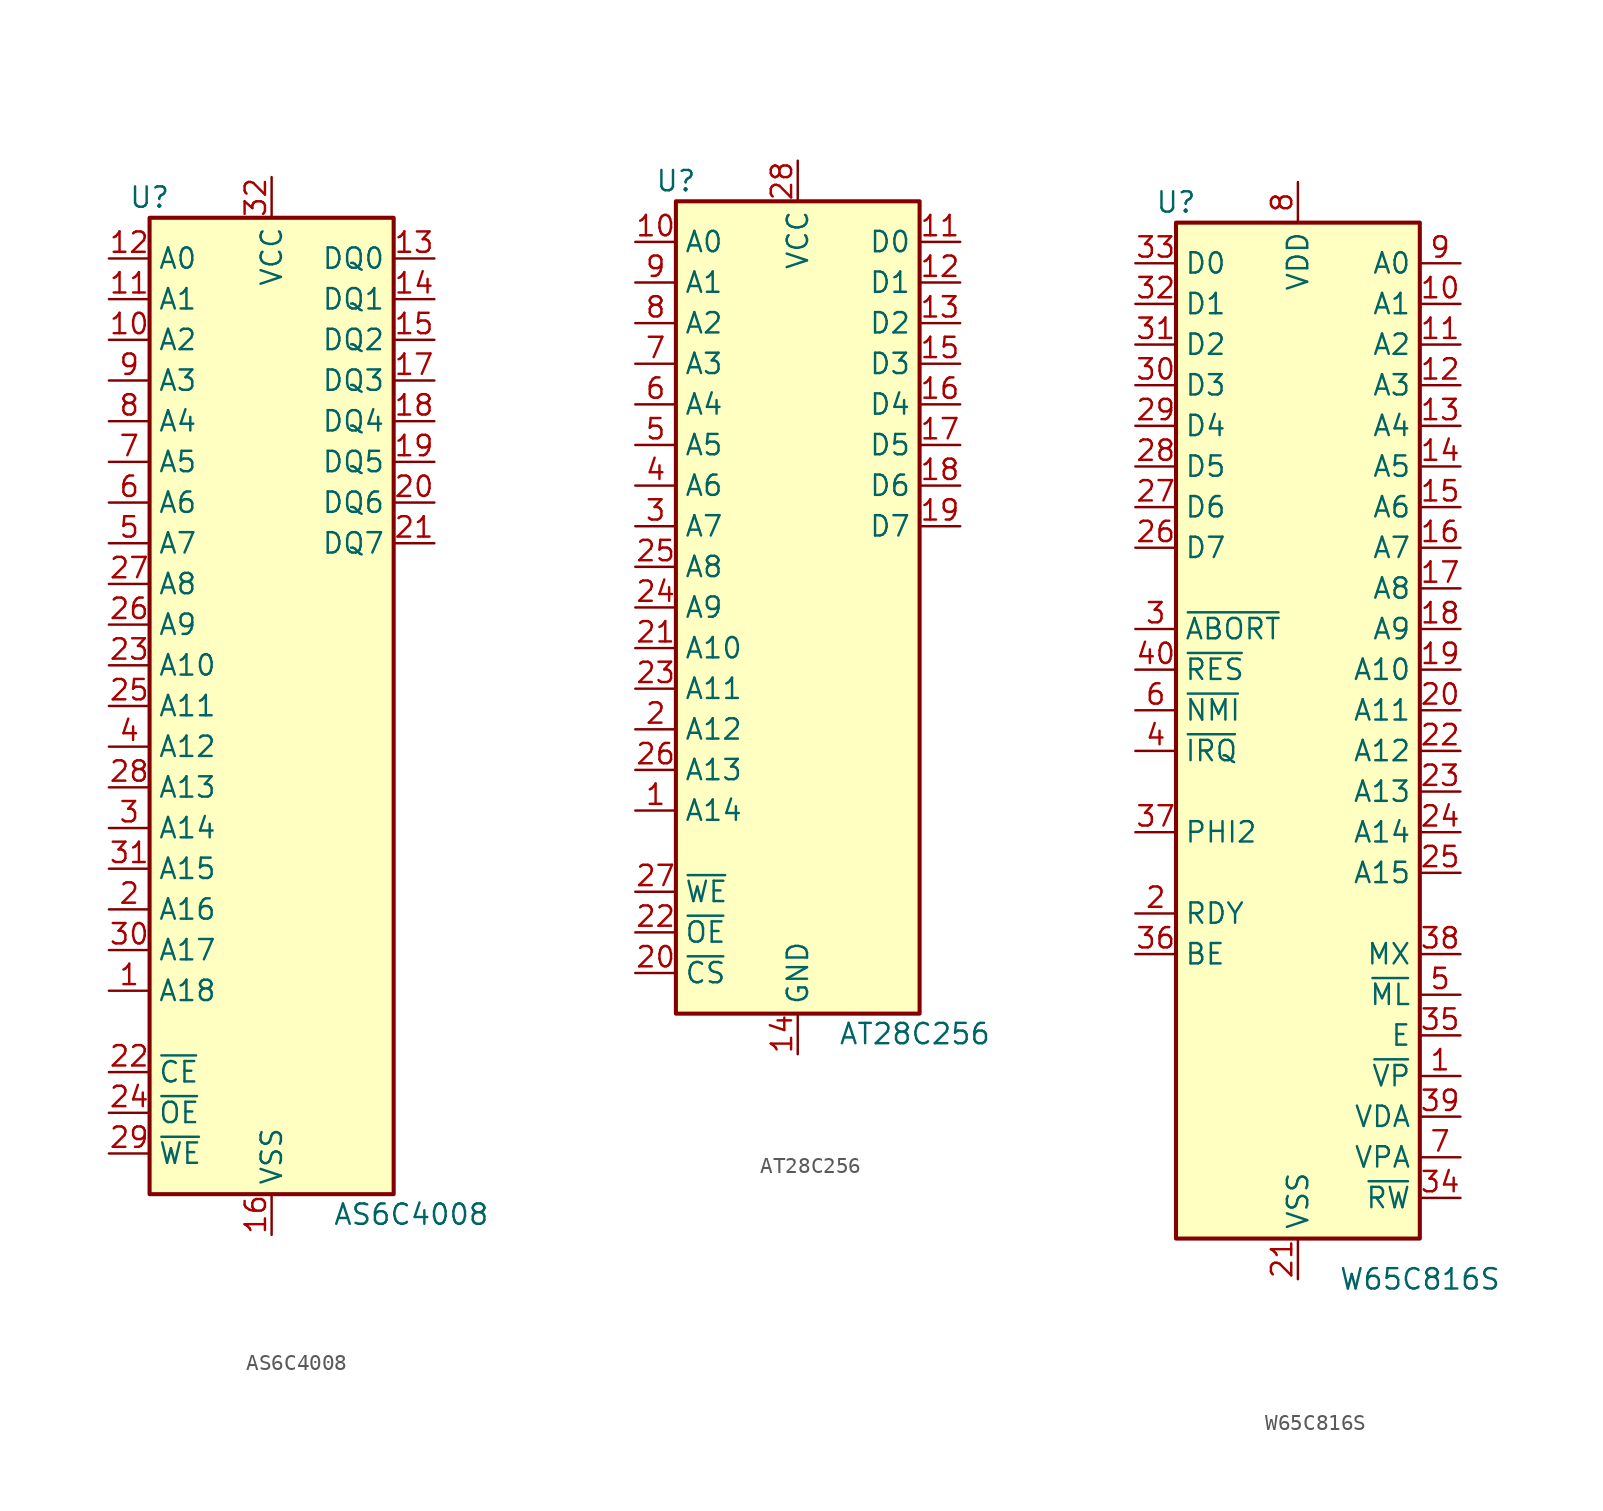
<source format=kicad_sym>
(kicad_symbol_lib
  (version 20211014)
  (generator kicad_symbol_editor)
  (symbol "AS6C4008"
    (property "Reference" "U"
      (at -7.62 26.67 0)
      (effects (font (size 1.27 1.27))))
    (property "Value" "AS6C4008"
      (at 3.81 -36.83 0)
      (effects (font (size 1.27 1.27)) (justify left)))
    (symbol "AS6C4008_0_0"
      (pin input line (at -10.16 -22.86 0) (length 2.54) (name "A18" (effects (font (size 1.27 1.27)))) (number "1" (effects (font (size 1.27 1.27)))))
      (pin input line (at -10.16 -17.78 0) (length 2.54) (name "A16" (effects (font (size 1.27 1.27)))) (number "2" (effects (font (size 1.27 1.27)))))
      (pin input line (at -10.16 -20.32 0) (length 2.54) (name "A17" (effects (font (size 1.27 1.27)))) (number "30" (effects (font (size 1.27 1.27)))))
      (pin input line (at -10.16 -15.24 0) (length 2.54) (name "A15" (effects (font (size 1.27 1.27)))) (number "31" (effects (font (size 1.27 1.27))))))
    (symbol "AS6C4008_0_1"
      (rectangle (start -7.62 25.4) (end 7.62 -35.56) (stroke (width 0.254) (type default) (color 0 0 0 0)) (fill (type background))))
    (symbol "AS6C4008_1_1"
      (pin input line (at -10.16 17.78 0) (length 2.54) (name "A2" (effects (font (size 1.27 1.27)))) (number "10" (effects (font (size 1.27 1.27)))))
      (pin input line (at -10.16 20.32 0) (length 2.54) (name "A1" (effects (font (size 1.27 1.27)))) (number "11" (effects (font (size 1.27 1.27)))))
      (pin input line (at -10.16 22.86 0) (length 2.54) (name "A0" (effects (font (size 1.27 1.27)))) (number "12" (effects (font (size 1.27 1.27)))))
      (pin tri_state line (at 10.16 22.86 180) (length 2.54) (name "DQ0" (effects (font (size 1.27 1.27)))) (number "13" (effects (font (size 1.27 1.27)))))
      (pin tri_state line (at 10.16 20.32 180) (length 2.54) (name "DQ1" (effects (font (size 1.27 1.27)))) (number "14" (effects (font (size 1.27 1.27)))))
      (pin tri_state line (at 10.16 17.78 180) (length 2.54) (name "DQ2" (effects (font (size 1.27 1.27)))) (number "15" (effects (font (size 1.27 1.27)))))
      (pin power_in line (at 0 -38.1 90) (length 2.54) (name "VSS" (effects (font (size 1.27 1.27)))) (number "16" (effects (font (size 1.27 1.27)))))
      (pin tri_state line (at 10.16 15.24 180) (length 2.54) (name "DQ3" (effects (font (size 1.27 1.27)))) (number "17" (effects (font (size 1.27 1.27)))))
      (pin tri_state line (at 10.16 12.7 180) (length 2.54) (name "DQ4" (effects (font (size 1.27 1.27)))) (number "18" (effects (font (size 1.27 1.27)))))
      (pin tri_state line (at 10.16 10.16 180) (length 2.54) (name "DQ5" (effects (font (size 1.27 1.27)))) (number "19" (effects (font (size 1.27 1.27)))))
      (pin tri_state line (at 10.16 7.62 180) (length 2.54) (name "DQ6" (effects (font (size 1.27 1.27)))) (number "20" (effects (font (size 1.27 1.27)))))
      (pin tri_state line (at 10.16 5.08 180) (length 2.54) (name "DQ7" (effects (font (size 1.27 1.27)))) (number "21" (effects (font (size 1.27 1.27)))))
      (pin input line (at -10.16 -27.94 0) (length 2.54) (name "~{CE}" (effects (font (size 1.27 1.27)))) (number "22" (effects (font (size 1.27 1.27)))))
      (pin input line (at -10.16 -2.54 0) (length 2.54) (name "A10" (effects (font (size 1.27 1.27)))) (number "23" (effects (font (size 1.27 1.27)))))
      (pin input line (at -10.16 -30.48 0) (length 2.54) (name "~{OE}" (effects (font (size 1.27 1.27)))) (number "24" (effects (font (size 1.27 1.27)))))
      (pin input line (at -10.16 -5.08 0) (length 2.54) (name "A11" (effects (font (size 1.27 1.27)))) (number "25" (effects (font (size 1.27 1.27)))))
      (pin input line (at -10.16 0 0) (length 2.54) (name "A9" (effects (font (size 1.27 1.27)))) (number "26" (effects (font (size 1.27 1.27)))))
      (pin input line (at -10.16 2.54 0) (length 2.54) (name "A8" (effects (font (size 1.27 1.27)))) (number "27" (effects (font (size 1.27 1.27)))))
      (pin input line (at -10.16 -10.16 0) (length 2.54) (name "A13" (effects (font (size 1.27 1.27)))) (number "28" (effects (font (size 1.27 1.27)))))
      (pin input line (at -10.16 -33.02 0) (length 2.54) (name "~{WE}" (effects (font (size 1.27 1.27)))) (number "29" (effects (font (size 1.27 1.27)))))
      (pin input line (at -10.16 -12.7 0) (length 2.54) (name "A14" (effects (font (size 1.27 1.27)))) (number "3" (effects (font (size 1.27 1.27)))))
      (pin power_in line (at 0 27.94 270) (length 2.54) (name "VCC" (effects (font (size 1.27 1.27)))) (number "32" (effects (font (size 1.27 1.27)))))
      (pin input line (at -10.16 -7.62 0) (length 2.54) (name "A12" (effects (font (size 1.27 1.27)))) (number "4" (effects (font (size 1.27 1.27)))))
      (pin input line (at -10.16 5.08 0) (length 2.54) (name "A7" (effects (font (size 1.27 1.27)))) (number "5" (effects (font (size 1.27 1.27)))))
      (pin input line (at -10.16 7.62 0) (length 2.54) (name "A6" (effects (font (size 1.27 1.27)))) (number "6" (effects (font (size 1.27 1.27)))))
      (pin input line (at -10.16 10.16 0) (length 2.54) (name "A5" (effects (font (size 1.27 1.27)))) (number "7" (effects (font (size 1.27 1.27)))))
      (pin input line (at -10.16 12.7 0) (length 2.54) (name "A4" (effects (font (size 1.27 1.27)))) (number "8" (effects (font (size 1.27 1.27)))))
      (pin input line (at -10.16 15.24 0) (length 2.54) (name "A3" (effects (font (size 1.27 1.27)))) (number "9" (effects (font (size 1.27 1.27)))))))
  (symbol "AT28C256"
    (property "Reference" "U"
      (at -7.62 26.67 0)
      (effects (font (size 1.27 1.27))))
    (property "Value" "AT28C256"
      (at 2.54 -26.67 0)
      (effects (font (size 1.27 1.27)) (justify left)))
    (symbol "AT28C256_1_1"
      (rectangle (start -7.62 25.4) (end 7.62 -25.4) (stroke (width 0.254) (type default) (color 0 0 0 0)) (fill (type background)))
      (pin input line (at -10.16 -12.7 0) (length 2.54) (name "A14" (effects (font (size 1.27 1.27)))) (number "1" (effects (font (size 1.27 1.27)))))
      (pin input line (at -10.16 22.86 0) (length 2.54) (name "A0" (effects (font (size 1.27 1.27)))) (number "10" (effects (font (size 1.27 1.27)))))
      (pin tri_state line (at 10.16 22.86 180) (length 2.54) (name "D0" (effects (font (size 1.27 1.27)))) (number "11" (effects (font (size 1.27 1.27)))))
      (pin tri_state line (at 10.16 20.32 180) (length 2.54) (name "D1" (effects (font (size 1.27 1.27)))) (number "12" (effects (font (size 1.27 1.27)))))
      (pin tri_state line (at 10.16 17.78 180) (length 2.54) (name "D2" (effects (font (size 1.27 1.27)))) (number "13" (effects (font (size 1.27 1.27)))))
      (pin power_in line (at 0 -27.94 90) (length 2.54) (name "GND" (effects (font (size 1.27 1.27)))) (number "14" (effects (font (size 1.27 1.27)))))
      (pin tri_state line (at 10.16 15.24 180) (length 2.54) (name "D3" (effects (font (size 1.27 1.27)))) (number "15" (effects (font (size 1.27 1.27)))))
      (pin tri_state line (at 10.16 12.7 180) (length 2.54) (name "D4" (effects (font (size 1.27 1.27)))) (number "16" (effects (font (size 1.27 1.27)))))
      (pin tri_state line (at 10.16 10.16 180) (length 2.54) (name "D5" (effects (font (size 1.27 1.27)))) (number "17" (effects (font (size 1.27 1.27)))))
      (pin tri_state line (at 10.16 7.62 180) (length 2.54) (name "D6" (effects (font (size 1.27 1.27)))) (number "18" (effects (font (size 1.27 1.27)))))
      (pin tri_state line (at 10.16 5.08 180) (length 2.54) (name "D7" (effects (font (size 1.27 1.27)))) (number "19" (effects (font (size 1.27 1.27)))))
      (pin input line (at -10.16 -7.62 0) (length 2.54) (name "A12" (effects (font (size 1.27 1.27)))) (number "2" (effects (font (size 1.27 1.27)))))
      (pin input line (at -10.16 -22.86 0) (length 2.54) (name "~{CS}" (effects (font (size 1.27 1.27)))) (number "20" (effects (font (size 1.27 1.27)))))
      (pin input line (at -10.16 -2.54 0) (length 2.54) (name "A10" (effects (font (size 1.27 1.27)))) (number "21" (effects (font (size 1.27 1.27)))))
      (pin input line (at -10.16 -20.32 0) (length 2.54) (name "~{OE}" (effects (font (size 1.27 1.27)))) (number "22" (effects (font (size 1.27 1.27)))))
      (pin input line (at -10.16 -5.08 0) (length 2.54) (name "A11" (effects (font (size 1.27 1.27)))) (number "23" (effects (font (size 1.27 1.27)))))
      (pin input line (at -10.16 0 0) (length 2.54) (name "A9" (effects (font (size 1.27 1.27)))) (number "24" (effects (font (size 1.27 1.27)))))
      (pin input line (at -10.16 2.54 0) (length 2.54) (name "A8" (effects (font (size 1.27 1.27)))) (number "25" (effects (font (size 1.27 1.27)))))
      (pin input line (at -10.16 -10.16 0) (length 2.54) (name "A13" (effects (font (size 1.27 1.27)))) (number "26" (effects (font (size 1.27 1.27)))))
      (pin input line (at -10.16 -17.78 0) (length 2.54) (name "~{WE}" (effects (font (size 1.27 1.27)))) (number "27" (effects (font (size 1.27 1.27)))))
      (pin power_in line (at 0 27.94 270) (length 2.54) (name "VCC" (effects (font (size 1.27 1.27)))) (number "28" (effects (font (size 1.27 1.27)))))
      (pin input line (at -10.16 5.08 0) (length 2.54) (name "A7" (effects (font (size 1.27 1.27)))) (number "3" (effects (font (size 1.27 1.27)))))
      (pin input line (at -10.16 7.62 0) (length 2.54) (name "A6" (effects (font (size 1.27 1.27)))) (number "4" (effects (font (size 1.27 1.27)))))
      (pin input line (at -10.16 10.16 0) (length 2.54) (name "A5" (effects (font (size 1.27 1.27)))) (number "5" (effects (font (size 1.27 1.27)))))
      (pin input line (at -10.16 12.7 0) (length 2.54) (name "A4" (effects (font (size 1.27 1.27)))) (number "6" (effects (font (size 1.27 1.27)))))
      (pin input line (at -10.16 15.24 0) (length 2.54) (name "A3" (effects (font (size 1.27 1.27)))) (number "7" (effects (font (size 1.27 1.27)))))
      (pin input line (at -10.16 17.78 0) (length 2.54) (name "A2" (effects (font (size 1.27 1.27)))) (number "8" (effects (font (size 1.27 1.27)))))
      (pin input line (at -10.16 20.32 0) (length 2.54) (name "A1" (effects (font (size 1.27 1.27)))) (number "9" (effects (font (size 1.27 1.27)))))))
  (symbol "W65C816S"
    (property "Reference" "U"
      (at -7.62 31.75 0)
      (effects (font (size 1.27 1.27))))
    (property "Value" "W65C816S"
      (at 2.54 -35.56 0)
      (effects (font (size 1.27 1.27)) (justify left)))
    (symbol "W65C816S_0_0"
      (pin output line (at 10.16 -22.86 180) (length 2.54) (name "~{VP}" (effects (font (size 1.27 1.27)))) (number "1" (effects (font (size 1.27 1.27)))))
      (pin bidirectional line (at -10.16 -12.7 0) (length 2.54) (name "RDY" (effects (font (size 1.27 1.27)))) (number "2" (effects (font (size 1.27 1.27)))))
      (pin output line (at 10.16 -10.16 180) (length 2.54) (name "A15" (effects (font (size 1.27 1.27)))) (number "25" (effects (font (size 1.27 1.27)))))
      (pin input line (at -10.16 5.08 0) (length 2.54) (name "~{ABORT}" (effects (font (size 1.27 1.27)))) (number "3" (effects (font (size 1.27 1.27)))))
      (pin input line (at -10.16 -7.62 0) (length 2.54) (name "PHI2" (effects (font (size 1.27 1.27)))) (number "37" (effects (font (size 1.27 1.27)))))
      (pin output line (at 10.16 -15.24 180) (length 2.54) (name "MX" (effects (font (size 1.27 1.27)))) (number "38" (effects (font (size 1.27 1.27)))))
      (pin output line (at 10.16 -25.4 180) (length 2.54) (name "VDA" (effects (font (size 1.27 1.27)))) (number "39" (effects (font (size 1.27 1.27)))))
      (pin input line (at -10.16 -2.54 0) (length 2.54) (name "~{IRQ}" (effects (font (size 1.27 1.27)))) (number "4" (effects (font (size 1.27 1.27)))))
      (pin input line (at -10.16 2.54 0) (length 2.54) (name "~{RES}" (effects (font (size 1.27 1.27)))) (number "40" (effects (font (size 1.27 1.27)))))
      (pin output line (at 10.16 -17.78 180) (length 2.54) (name "~{ML}" (effects (font (size 1.27 1.27)))) (number "5" (effects (font (size 1.27 1.27)))))
      (pin input line (at -10.16 0 0) (length 2.54) (name "~{NMI}" (effects (font (size 1.27 1.27)))) (number "6" (effects (font (size 1.27 1.27)))))
      (pin output line (at 10.16 -27.94 180) (length 2.54) (name "VPA" (effects (font (size 1.27 1.27)))) (number "7" (effects (font (size 1.27 1.27))))))
    (symbol "W65C816S_0_1"
      (rectangle (start -7.62 30.48) (end 7.62 -33.02) (stroke (width 0.254) (type default) (color 0 0 0 0)) (fill (type background))))
    (symbol "W65C816S_1_1"
      (pin output line (at 10.16 25.4 180) (length 2.54) (name "A1" (effects (font (size 1.27 1.27)))) (number "10" (effects (font (size 1.27 1.27)))))
      (pin output line (at 10.16 22.86 180) (length 2.54) (name "A2" (effects (font (size 1.27 1.27)))) (number "11" (effects (font (size 1.27 1.27)))))
      (pin output line (at 10.16 20.32 180) (length 2.54) (name "A3" (effects (font (size 1.27 1.27)))) (number "12" (effects (font (size 1.27 1.27)))))
      (pin output line (at 10.16 17.78 180) (length 2.54) (name "A4" (effects (font (size 1.27 1.27)))) (number "13" (effects (font (size 1.27 1.27)))))
      (pin output line (at 10.16 15.24 180) (length 2.54) (name "A5" (effects (font (size 1.27 1.27)))) (number "14" (effects (font (size 1.27 1.27)))))
      (pin output line (at 10.16 12.7 180) (length 2.54) (name "A6" (effects (font (size 1.27 1.27)))) (number "15" (effects (font (size 1.27 1.27)))))
      (pin output line (at 10.16 10.16 180) (length 2.54) (name "A7" (effects (font (size 1.27 1.27)))) (number "16" (effects (font (size 1.27 1.27)))))
      (pin output line (at 10.16 7.62 180) (length 2.54) (name "A8" (effects (font (size 1.27 1.27)))) (number "17" (effects (font (size 1.27 1.27)))))
      (pin output line (at 10.16 5.08 180) (length 2.54) (name "A9" (effects (font (size 1.27 1.27)))) (number "18" (effects (font (size 1.27 1.27)))))
      (pin output line (at 10.16 2.54 180) (length 2.54) (name "A10" (effects (font (size 1.27 1.27)))) (number "19" (effects (font (size 1.27 1.27)))))
      (pin output line (at 10.16 0 180) (length 2.54) (name "A11" (effects (font (size 1.27 1.27)))) (number "20" (effects (font (size 1.27 1.27)))))
      (pin power_in line (at 0 -35.56 90) (length 2.54) (name "VSS" (effects (font (size 1.27 1.27)))) (number "21" (effects (font (size 1.27 1.27)))))
      (pin output line (at 10.16 -2.54 180) (length 2.54) (name "A12" (effects (font (size 1.27 1.27)))) (number "22" (effects (font (size 1.27 1.27)))))
      (pin output line (at 10.16 -5.08 180) (length 2.54) (name "A13" (effects (font (size 1.27 1.27)))) (number "23" (effects (font (size 1.27 1.27)))))
      (pin output line (at 10.16 -7.62 180) (length 2.54) (name "A14" (effects (font (size 1.27 1.27)))) (number "24" (effects (font (size 1.27 1.27)))))
      (pin tri_state line (at -10.16 10.16 0) (length 2.54) (name "D7" (effects (font (size 1.27 1.27)))) (number "26" (effects (font (size 1.27 1.27)))))
      (pin tri_state line (at -10.16 12.7 0) (length 2.54) (name "D6" (effects (font (size 1.27 1.27)))) (number "27" (effects (font (size 1.27 1.27)))))
      (pin tri_state line (at -10.16 15.24 0) (length 2.54) (name "D5" (effects (font (size 1.27 1.27)))) (number "28" (effects (font (size 1.27 1.27)))))
      (pin tri_state line (at -10.16 17.78 0) (length 2.54) (name "D4" (effects (font (size 1.27 1.27)))) (number "29" (effects (font (size 1.27 1.27)))))
      (pin tri_state line (at -10.16 20.32 0) (length 2.54) (name "D3" (effects (font (size 1.27 1.27)))) (number "30" (effects (font (size 1.27 1.27)))))
      (pin tri_state line (at -10.16 22.86 0) (length 2.54) (name "D2" (effects (font (size 1.27 1.27)))) (number "31" (effects (font (size 1.27 1.27)))))
      (pin tri_state line (at -10.16 25.4 0) (length 2.54) (name "D1" (effects (font (size 1.27 1.27)))) (number "32" (effects (font (size 1.27 1.27)))))
      (pin tri_state line (at -10.16 27.94 0) (length 2.54) (name "D0" (effects (font (size 1.27 1.27)))) (number "33" (effects (font (size 1.27 1.27)))))
      (pin output line (at 10.16 -30.48 180) (length 2.54) (name "~{RW}" (effects (font (size 1.27 1.27)))) (number "34" (effects (font (size 1.27 1.27)))))
      (pin output line (at 10.16 -20.32 180) (length 2.54) (name "E" (effects (font (size 1.27 1.27)))) (number "35" (effects (font (size 1.27 1.27)))))
      (pin input line (at -10.16 -15.24 0) (length 2.54) (name "BE" (effects (font (size 1.27 1.27)))) (number "36" (effects (font (size 1.27 1.27)))))
      (pin power_in line (at 0 33.02 270) (length 2.54) (name "VDD" (effects (font (size 1.27 1.27)))) (number "8" (effects (font (size 1.27 1.27)))))
      (pin output line (at 10.16 27.94 180) (length 2.54) (name "A0" (effects (font (size 1.27 1.27)))) (number "9" (effects (font (size 1.27 1.27))))))))
</source>
